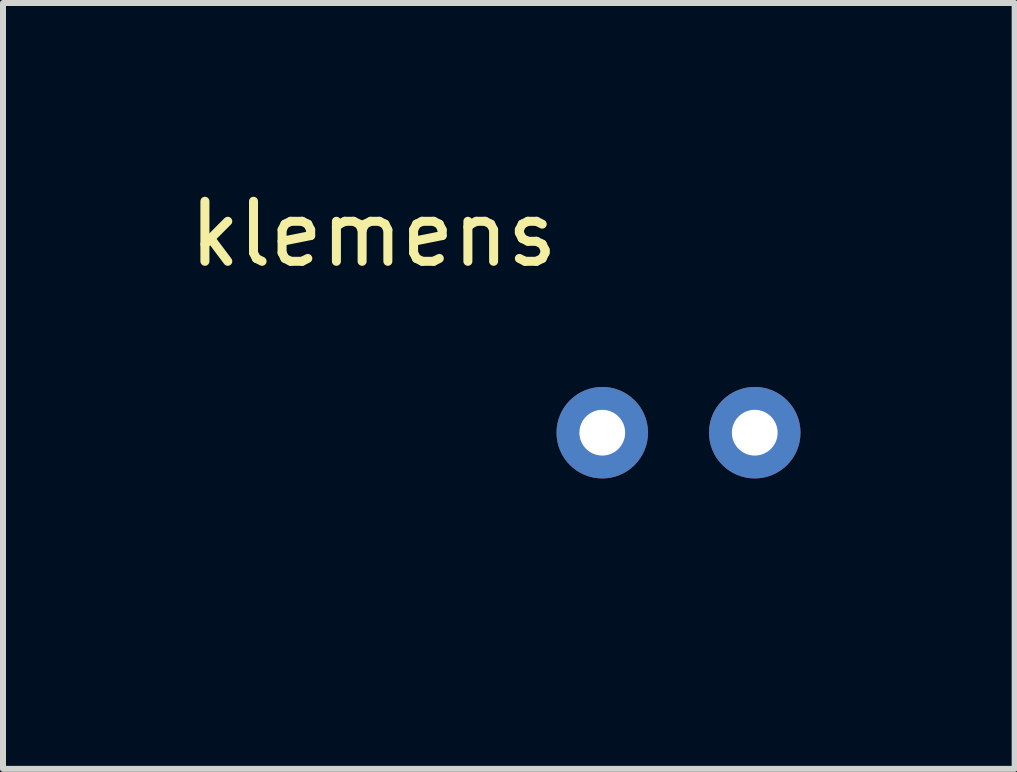
<source format=kicad_pcb>
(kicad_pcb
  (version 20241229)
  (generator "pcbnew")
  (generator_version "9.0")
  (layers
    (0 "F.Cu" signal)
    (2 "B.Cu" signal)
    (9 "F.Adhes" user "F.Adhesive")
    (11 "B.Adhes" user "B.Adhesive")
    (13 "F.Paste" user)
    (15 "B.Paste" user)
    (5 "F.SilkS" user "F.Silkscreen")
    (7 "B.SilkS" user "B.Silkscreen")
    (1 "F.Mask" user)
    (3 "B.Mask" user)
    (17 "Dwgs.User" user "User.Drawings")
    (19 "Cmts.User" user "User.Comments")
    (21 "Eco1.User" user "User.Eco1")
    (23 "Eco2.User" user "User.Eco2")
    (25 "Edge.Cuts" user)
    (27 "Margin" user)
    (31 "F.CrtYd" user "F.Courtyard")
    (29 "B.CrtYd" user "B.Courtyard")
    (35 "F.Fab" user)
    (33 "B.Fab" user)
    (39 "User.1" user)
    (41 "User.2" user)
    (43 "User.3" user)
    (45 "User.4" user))
  (footprint "klemens"
    (layer "F.Cu")
    (at 5.713 2.888)
    (property "Reference" "klemens" (at -2.54 -2.04 0) (layer "F.SilkS") (effects (font (size 1 1) (thickness 0.15))))
    (attr through_hole)
    (fp_line (start 0 0) (end 5.08 0) (stroke (width 0.12) (type solid)) (layer "Eco2.User"))
    (fp_line (start 0 3.81) (end 0 0) (stroke (width 0.12) (type solid)) (layer "Eco2.User"))
    (fp_line (start 5.08 0) (end 5.08 3.81) (stroke (width 0.12) (type solid)) (layer "Eco2.User"))
    (fp_line (start 5.08 3.81) (end 0 3.81) (stroke (width 0.12) (type solid)) (layer "Eco2.User"))
    (fp_text user "2xklemens" (at 2.54 2.54 0) (layer "Eco2.User") (effects (font (size 0.5 0.5) (thickness 0.05))))
    (pad "1" thru_hole circle (at 1.27 1.27) (size 1.524 1.524) (drill 0.762) (layers "*.Cu" "*.Mask"))
    (pad "2" thru_hole circle (at 3.81 1.27) (size 1.524 1.524) (drill 0.762) (layers "*.Cu" "*.Mask")))
  (gr_rect
    (start -3 -3)
    (end 13.853 9.758)
    (stroke (width 0.1) (type default))
    (fill no)
    (layer "Edge.Cuts")))
</source>
